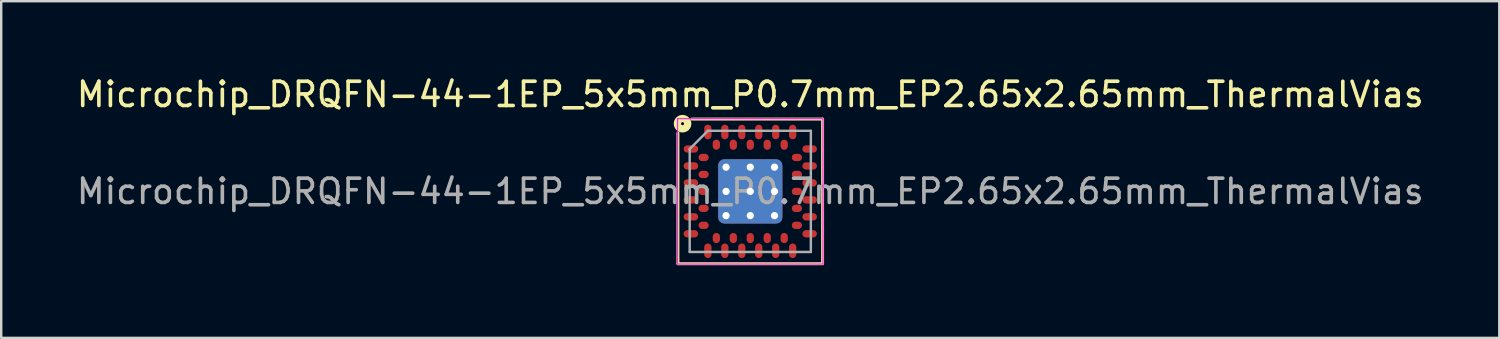
<source format=kicad_pcb>
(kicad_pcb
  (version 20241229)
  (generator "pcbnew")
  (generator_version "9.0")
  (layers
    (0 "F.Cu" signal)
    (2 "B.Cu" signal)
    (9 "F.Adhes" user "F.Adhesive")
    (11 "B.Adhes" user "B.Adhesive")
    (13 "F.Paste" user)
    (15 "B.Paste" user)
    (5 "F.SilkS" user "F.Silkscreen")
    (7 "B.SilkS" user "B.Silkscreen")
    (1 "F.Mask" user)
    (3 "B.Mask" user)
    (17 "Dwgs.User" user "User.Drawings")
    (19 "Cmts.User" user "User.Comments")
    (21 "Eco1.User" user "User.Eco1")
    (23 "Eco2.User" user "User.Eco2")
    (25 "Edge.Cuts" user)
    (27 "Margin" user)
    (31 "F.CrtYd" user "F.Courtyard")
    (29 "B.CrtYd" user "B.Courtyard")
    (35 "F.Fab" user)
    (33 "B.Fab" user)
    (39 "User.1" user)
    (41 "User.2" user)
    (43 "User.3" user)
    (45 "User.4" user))
  (footprint "Microchip_DRQFN-44-1EP_5x5mm_P0.7mm_EP2.65x2.65mm_ThermalVias"
    (layer "F.Cu")
    (at 27.911 4.848)
    (property "Reference" "Microchip_DRQFN-44-1EP_5x5mm_P0.7mm_EP2.65x2.65mm_ThermalVias" (at 0 -4 0) (layer "F.SilkS") (effects (font (size 1 1) (thickness 0.15))))
    (attr smd)
    (fp_line (start -2.985 2.985) (end -2.985 -2.413) (stroke (width 0.12) (type solid)) (layer "F.SilkS"))
    (fp_line (start -2.413 -2.985) (end 2.985 -2.985) (stroke (width 0.12) (type solid)) (layer "F.SilkS"))
    (fp_line (start 2.985 -2.985) (end 2.985 2.985) (stroke (width 0.12) (type solid)) (layer "F.SilkS"))
    (fp_line (start 2.985 2.985) (end -2.985 2.985) (stroke (width 0.12) (type solid)) (layer "F.SilkS"))
    (fp_circle (center -2.794 -2.794) (end -2.731 -2.794) (stroke (width 0.3) (type solid)) (fill no) (layer "F.SilkS"))
    (fp_line (start -3 -3) (end 3 -3) (stroke (width 0.05) (type solid)) (layer "F.CrtYd"))
    (fp_line (start -3 3) (end -3 -3) (stroke (width 0.05) (type solid)) (layer "F.CrtYd"))
    (fp_line (start 3 -3) (end 3 3) (stroke (width 0.05) (type solid)) (layer "F.CrtYd"))
    (fp_line (start 3 3) (end -3 3) (stroke (width 0.05) (type solid)) (layer "F.CrtYd"))
    (fp_line (start -2.5 -1.75) (end -1.75 -2.5) (stroke (width 0.1) (type solid)) (layer "F.Fab"))
    (fp_line (start -2.5 2.5) (end -2.5 -1.75) (stroke (width 0.1) (type solid)) (layer "F.Fab"))
    (fp_line (start -1.75 -2.5) (end 2.5 -2.5) (stroke (width 0.1) (type solid)) (layer "F.Fab"))
    (fp_line (start 2.5 -2.5) (end 2.5 2.5) (stroke (width 0.1) (type solid)) (layer "F.Fab"))
    (fp_line (start 2.5 2.5) (end -2.5 2.5) (stroke (width 0.1) (type solid)) (layer "F.Fab"))
    (fp_text user "${REFERENCE}" (at 0 0 0) (layer "F.Fab") (effects (font (size 1 1) (thickness 0.15))))
    (pad "" smd roundrect (at -0.5 -0.5) (size 0.85 0.85) (layers "F.Paste") (roundrect_rratio 0.25))
    (pad "" smd roundrect (at -0.5 0.5) (size 0.85 0.85) (layers "F.Paste") (roundrect_rratio 0.25))
    (pad "" smd roundrect (at 0.5 -0.5) (size 0.85 0.85) (layers "F.Paste") (roundrect_rratio 0.25))
    (pad "" smd roundrect (at 0.5 0.5) (size 0.85 0.85) (layers "F.Paste") (roundrect_rratio 0.25))
    (pad "A1" smd oval (at -2.45 -1.75) (size 0.6 0.3) (layers "F.Cu" "F.Mask" "F.Paste"))
    (pad "A2" smd oval (at -2.45 -1.05) (size 0.6 0.3) (layers "F.Cu" "F.Mask" "F.Paste"))
    (pad "A3" smd oval (at -2.45 -0.35) (size 0.6 0.3) (layers "F.Cu" "F.Mask" "F.Paste"))
    (pad "A4" smd oval (at -2.45 0.35) (size 0.6 0.3) (layers "F.Cu" "F.Mask" "F.Paste"))
    (pad "A5" smd oval (at -2.45 1.05) (size 0.6 0.3) (layers "F.Cu" "F.Mask" "F.Paste"))
    (pad "A6" smd oval (at -2.45 1.75) (size 0.6 0.3) (layers "F.Cu" "F.Mask" "F.Paste"))
    (pad "A7" smd oval (at -1.75 2.45) (size 0.3 0.6) (layers "F.Cu" "F.Mask" "F.Paste"))
    (pad "A8" smd oval (at -1.05 2.45) (size 0.3 0.6) (layers "F.Cu" "F.Mask" "F.Paste"))
    (pad "A9" smd oval (at -0.35 2.45) (size 0.3 0.6) (layers "F.Cu" "F.Mask" "F.Paste"))
    (pad "A10" smd oval (at 0.35 2.45) (size 0.3 0.6) (layers "F.Cu" "F.Mask" "F.Paste"))
    (pad "A11" smd oval (at 1.05 2.45) (size 0.3 0.6) (layers "F.Cu" "F.Mask" "F.Paste"))
    (pad "A12" smd oval (at 1.75 2.45) (size 0.3 0.6) (layers "F.Cu" "F.Mask" "F.Paste"))
    (pad "A13" smd oval (at 2.45 1.75) (size 0.6 0.3) (layers "F.Cu" "F.Mask" "F.Paste"))
    (pad "A14" smd oval (at 2.45 1.05) (size 0.6 0.3) (layers "F.Cu" "F.Mask" "F.Paste"))
    (pad "A15" smd oval (at 2.45 0.35) (size 0.6 0.3) (layers "F.Cu" "F.Mask" "F.Paste"))
    (pad "A16" smd oval (at 2.45 -0.35) (size 0.6 0.3) (layers "F.Cu" "F.Mask" "F.Paste"))
    (pad "A17" smd oval (at 2.45 -1.05) (size 0.6 0.3) (layers "F.Cu" "F.Mask" "F.Paste"))
    (pad "A18" smd oval (at 2.45 -1.75) (size 0.6 0.3) (layers "F.Cu" "F.Mask" "F.Paste"))
    (pad "A19" smd oval (at 1.75 -2.45) (size 0.3 0.6) (layers "F.Cu" "F.Mask" "F.Paste"))
    (pad "A20" smd oval (at 1.05 -2.45) (size 0.3 0.6) (layers "F.Cu" "F.Mask" "F.Paste"))
    (pad "A21" smd oval (at 0.35 -2.45) (size 0.3 0.6) (layers "F.Cu" "F.Mask" "F.Paste"))
    (pad "A22" smd oval (at -0.35 -2.45) (size 0.3 0.6) (layers "F.Cu" "F.Mask" "F.Paste"))
    (pad "A23" smd oval (at -1.05 -2.45) (size 0.3 0.6) (layers "F.Cu" "F.Mask" "F.Paste"))
    (pad "A24" smd oval (at -1.75 -2.45) (size 0.3 0.6) (layers "F.Cu" "F.Mask" "F.Paste"))
    (pad "B1" smd oval (at -1.925 -1.4) (size 0.42 0.3) (layers "F.Cu" "F.Mask" "F.Paste"))
    (pad "B2" smd oval (at -1.925 -0.7) (size 0.42 0.3) (layers "F.Cu" "F.Mask" "F.Paste"))
    (pad "B3" smd oval (at -1.925 0) (size 0.42 0.3) (layers "F.Cu" "F.Mask" "F.Paste"))
    (pad "B4" smd oval (at -1.925 0.7) (size 0.42 0.3) (layers "F.Cu" "F.Mask" "F.Paste"))
    (pad "B5" smd oval (at -1.925 1.4) (size 0.42 0.3) (layers "F.Cu" "F.Mask" "F.Paste"))
    (pad "B6" smd oval (at -1.4 1.925) (size 0.3 0.42) (layers "F.Cu" "F.Mask" "F.Paste"))
    (pad "B7" smd oval (at -0.7 1.925) (size 0.3 0.42) (layers "F.Cu" "F.Mask" "F.Paste"))
    (pad "B8" smd oval (at 0 1.925) (size 0.3 0.42) (layers "F.Cu" "F.Mask" "F.Paste"))
    (pad "B9" smd oval (at 0.7 1.925) (size 0.3 0.42) (layers "F.Cu" "F.Mask" "F.Paste"))
    (pad "B10" smd oval (at 1.4 1.925) (size 0.3 0.42) (layers "F.Cu" "F.Mask" "F.Paste"))
    (pad "B11" smd oval (at 1.925 1.4) (size 0.42 0.3) (layers "F.Cu" "F.Mask" "F.Paste"))
    (pad "B12" smd oval (at 1.925 0.7) (size 0.42 0.3) (layers "F.Cu" "F.Mask" "F.Paste"))
    (pad "B13" smd oval (at 1.925 0) (size 0.42 0.3) (layers "F.Cu" "F.Mask" "F.Paste"))
    (pad "B14" smd oval (at 1.925 -0.7) (size 0.42 0.3) (layers "F.Cu" "F.Mask" "F.Paste"))
    (pad "B15" smd oval (at 1.925 -1.4) (size 0.42 0.3) (layers "F.Cu" "F.Mask" "F.Paste"))
    (pad "B16" smd oval (at 1.4 -1.925) (size 0.3 0.42) (layers "F.Cu" "F.Mask" "F.Paste"))
    (pad "B17" smd oval (at 0.7 -1.925) (size 0.3 0.42) (layers "F.Cu" "F.Mask" "F.Paste"))
    (pad "B18" smd oval (at 0 -1.925) (size 0.3 0.42) (layers "F.Cu" "F.Mask" "F.Paste"))
    (pad "B19" smd oval (at -0.7 -1.925) (size 0.3 0.42) (layers "F.Cu" "F.Mask" "F.Paste"))
    (pad "B20" smd oval (at -1.4 -1.925) (size 0.3 0.42) (layers "F.Cu" "F.Mask" "F.Paste"))
    (pad "EP" thru_hole circle (at -1 -1) (size 0.6 0.6) (drill 0.3) (layers "*.Cu"))
    (pad "EP" thru_hole circle (at -1 0) (size 0.6 0.6) (drill 0.3) (layers "*.Cu"))
    (pad "EP" thru_hole circle (at -1 1) (size 0.6 0.6) (drill 0.3) (layers "*.Cu"))
    (pad "EP" thru_hole circle (at 0 -1) (size 0.6 0.6) (drill 0.3) (layers "*.Cu"))
    (pad "EP" thru_hole circle (at 0 0) (size 0.6 0.6) (drill 0.3) (layers "*.Cu"))
    (pad "EP" smd roundrect (at 0 0) (size 2.65 2.65) (layers "F.Cu" "F.Mask") (roundrect_rratio 0.094))
    (pad "EP" smd roundrect (at 0 0) (size 2.65 2.65) (layers "B.Cu" "B.Mask") (roundrect_rratio 0.094))
    (pad "EP" thru_hole circle (at 0 1) (size 0.6 0.6) (drill 0.3) (layers "*.Cu"))
    (pad "EP" thru_hole circle (at 1 -1) (size 0.6 0.6) (drill 0.3) (layers "*.Cu"))
    (pad "EP" thru_hole circle (at 1 0) (size 0.6 0.6) (drill 0.3) (layers "*.Cu"))
    (pad "EP" thru_hole circle (at 1 1) (size 0.6 0.6) (drill 0.3) (layers "*.Cu")))
  (gr_rect
    (start -3 -3)
    (end 58.821 10.893)
    (stroke (width 0.1) (type default))
    (fill no)
    (layer "Edge.Cuts")))
</source>
